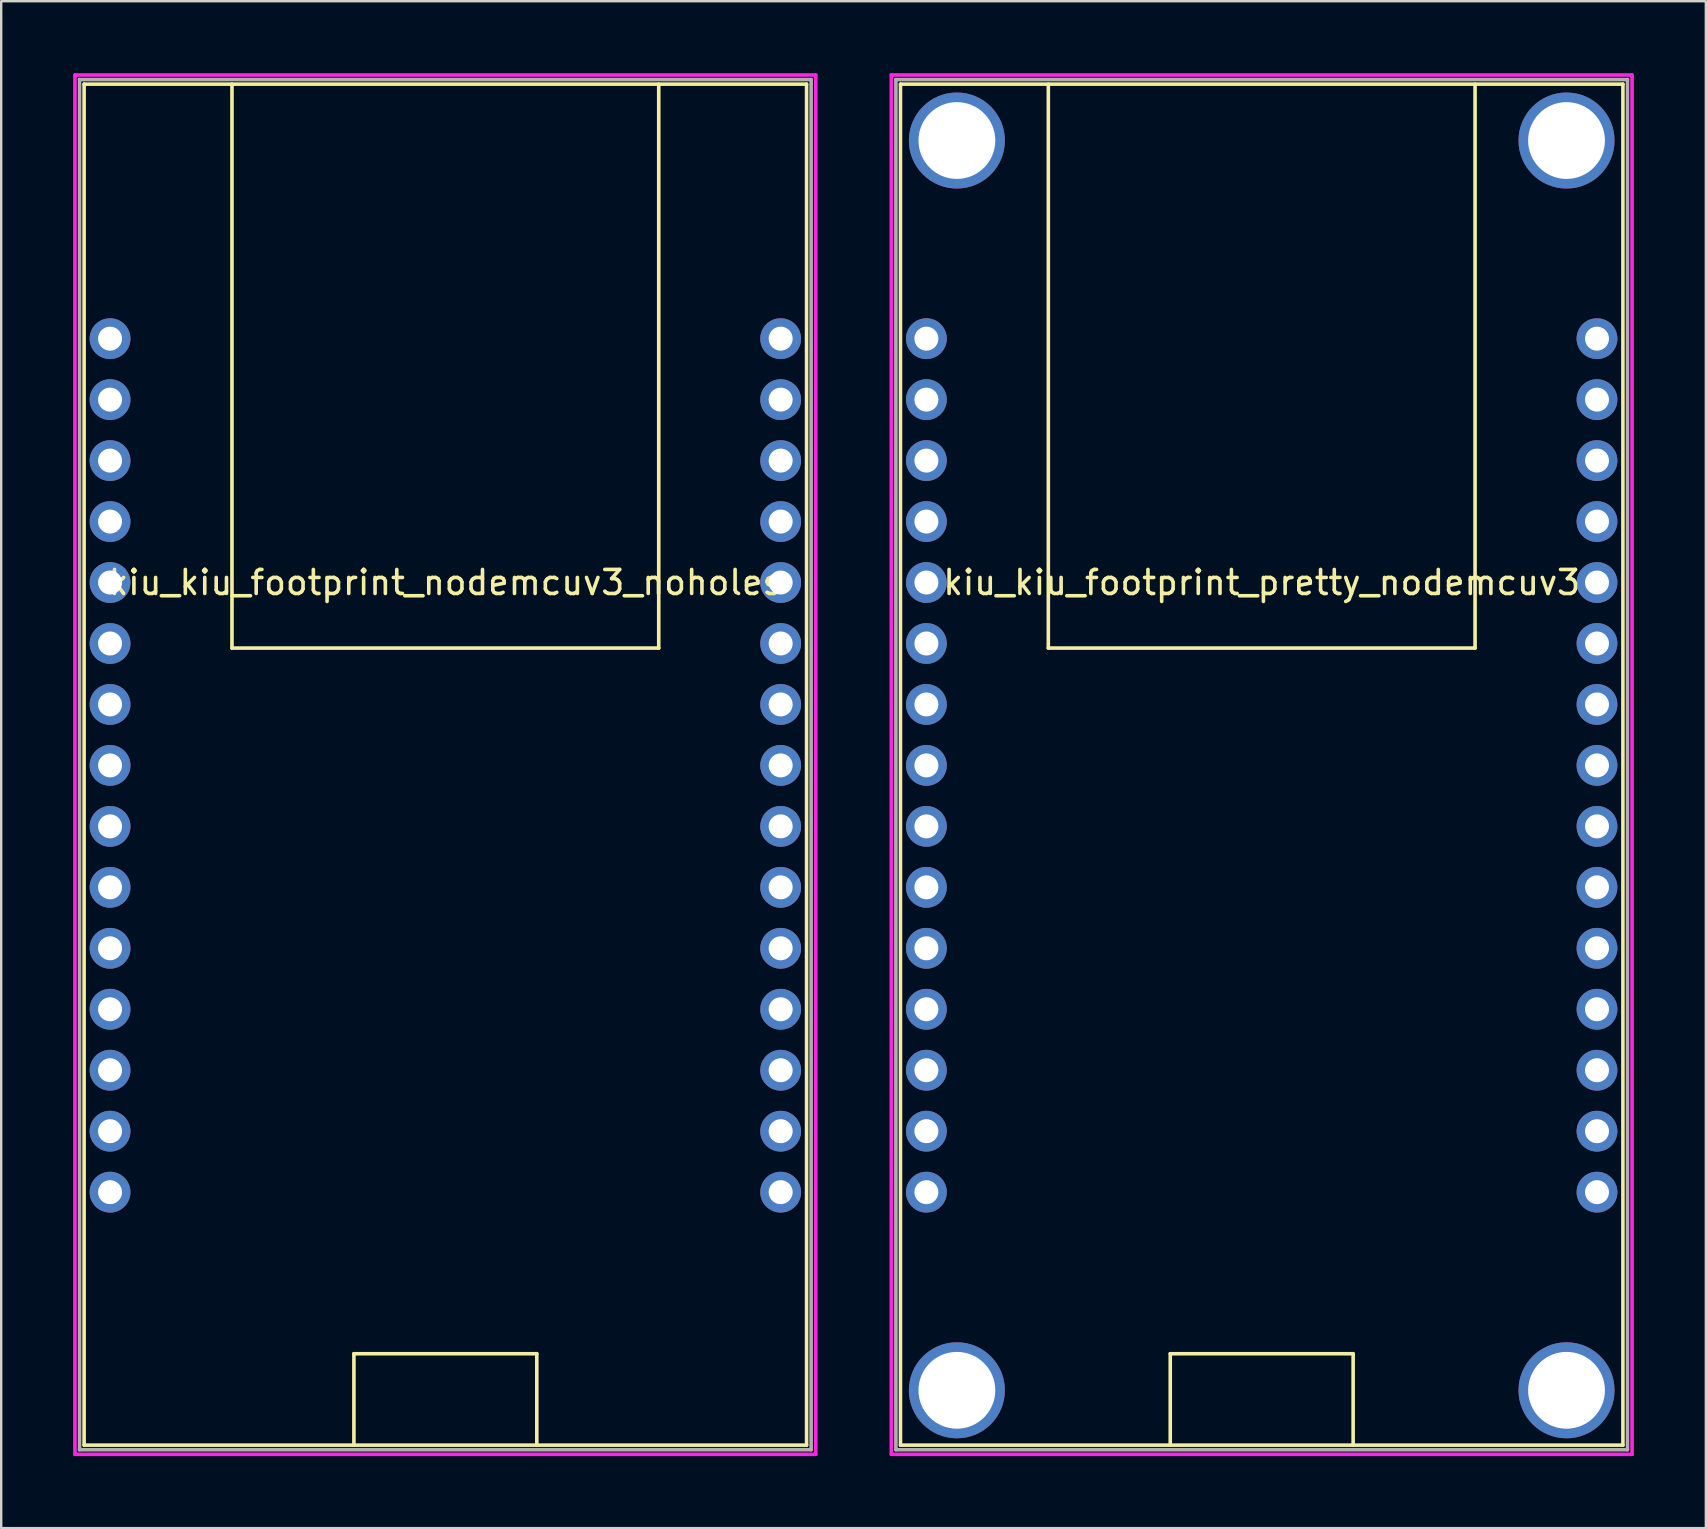
<source format=kicad_pcb>
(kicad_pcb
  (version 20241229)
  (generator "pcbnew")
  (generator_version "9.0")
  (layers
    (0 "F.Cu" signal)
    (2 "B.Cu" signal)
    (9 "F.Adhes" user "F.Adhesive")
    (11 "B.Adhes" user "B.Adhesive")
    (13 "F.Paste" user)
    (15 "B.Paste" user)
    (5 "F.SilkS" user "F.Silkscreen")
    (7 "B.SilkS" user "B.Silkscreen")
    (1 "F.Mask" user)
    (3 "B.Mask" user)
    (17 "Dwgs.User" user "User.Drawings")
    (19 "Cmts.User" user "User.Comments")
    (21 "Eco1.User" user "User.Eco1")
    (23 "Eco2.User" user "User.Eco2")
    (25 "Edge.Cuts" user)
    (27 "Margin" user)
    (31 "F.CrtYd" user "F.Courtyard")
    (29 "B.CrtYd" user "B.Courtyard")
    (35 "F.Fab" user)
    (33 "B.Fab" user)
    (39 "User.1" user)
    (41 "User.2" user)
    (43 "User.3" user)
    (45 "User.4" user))
  (footprint "kiu_kiu_footprint_pretty_nodemcuv3"
    (layer "F.Cu")
    (at 49.517 28.84)
    (property "Reference" "kiu_kiu_footprint_pretty_nodemcuv3" (at 0 -7.62 0) (layer "F.SilkS") (effects (font (size 1 1) (thickness 0.15))))
    (attr through_hole)
    (fp_line (start -15.05 -28.384) (end -15.05 28.321) (stroke (width 0.15) (type solid)) (layer "F.SilkS"))
    (fp_line (start -15.05 -28.384) (end 15.05 -28.384) (stroke (width 0.15) (type solid)) (layer "F.SilkS"))
    (fp_line (start -15.05 28.321) (end 15.05 28.321) (stroke (width 0.15) (type solid)) (layer "F.SilkS"))
    (fp_line (start -8.89 -28.384) (end -8.89 -4.889) (stroke (width 0.15) (type solid)) (layer "F.SilkS"))
    (fp_line (start -8.89 -4.889) (end 8.89 -4.889) (stroke (width 0.15) (type solid)) (layer "F.SilkS"))
    (fp_line (start -3.81 24.511) (end -3.81 28.321) (stroke (width 0.15) (type solid)) (layer "F.SilkS"))
    (fp_line (start -3.81 24.511) (end 3.81 24.511) (stroke (width 0.15) (type solid)) (layer "F.SilkS"))
    (fp_line (start 3.81 24.511) (end 3.81 28.321) (stroke (width 0.15) (type solid)) (layer "F.SilkS"))
    (fp_line (start 8.89 -4.889) (end 8.89 -28.384) (stroke (width 0.15) (type solid)) (layer "F.SilkS"))
    (fp_line (start 15.05 28.321) (end 15.05 -28.384) (stroke (width 0.15) (type solid)) (layer "F.SilkS"))
    (fp_line (start -15.431 -28.765) (end -15.431 28.702) (stroke (width 0.15) (type solid)) (layer "F.CrtYd"))
    (fp_line (start -15.431 28.702) (end 15.431 28.702) (stroke (width 0.15) (type solid)) (layer "F.CrtYd"))
    (fp_line (start 15.431 -28.765) (end -15.431 -28.765) (stroke (width 0.15) (type solid)) (layer "F.CrtYd"))
    (fp_line (start 15.431 28.702) (end 15.431 -28.765) (stroke (width 0.15) (type solid)) (layer "F.CrtYd"))
    (fp_line (start -15.24 -28.575) (end -15.24 28.512) (stroke (width 0.15) (type solid)) (layer "F.Fab"))
    (fp_line (start -15.24 28.512) (end 15.24 28.512) (stroke (width 0.15) (type solid)) (layer "F.Fab"))
    (fp_line (start 15.24 -28.575) (end -15.24 -28.575) (stroke (width 0.15) (type solid)) (layer "F.Fab"))
    (fp_line (start 15.24 28.512) (end 15.24 -28.575) (stroke (width 0.15) (type solid)) (layer "F.Fab"))
    (pad "" np_thru_hole circle (at -12.7 -26.035) (size 4 4) (drill 3.2) (layers "*.Cu" "*.Mask"))
    (pad "" np_thru_hole circle (at -12.7 26.035) (size 4 4) (drill 3.2) (layers "*.Cu" "*.Mask"))
    (pad "" np_thru_hole circle (at 12.7 -26.035) (size 4 4) (drill 3.2) (layers "*.Cu" "*.Mask"))
    (pad "" np_thru_hole circle (at 12.7 26.035) (size 4 4) (drill 3.2) (layers "*.Cu" "*.Mask"))
    (pad "1" thru_hole circle (at -13.97 -17.78) (size 1.7 1.7) (drill 1) (layers "*.Cu" "*.Mask"))
    (pad "2" thru_hole circle (at -13.97 -15.24) (size 1.7 1.7) (drill 1) (layers "*.Cu" "*.Mask"))
    (pad "3" thru_hole circle (at -13.97 -12.7) (size 1.7 1.7) (drill 1) (layers "*.Cu" "*.Mask"))
    (pad "4" thru_hole circle (at -13.97 -10.16) (size 1.7 1.7) (drill 1) (layers "*.Cu" "*.Mask"))
    (pad "5" thru_hole circle (at -13.97 -7.62) (size 1.7 1.7) (drill 1) (layers "*.Cu" "*.Mask"))
    (pad "6" thru_hole circle (at -13.97 -5.08) (size 1.7 1.7) (drill 1) (layers "*.Cu" "*.Mask"))
    (pad "7" thru_hole circle (at -13.97 -2.54) (size 1.7 1.7) (drill 1) (layers "*.Cu" "*.Mask"))
    (pad "8" thru_hole circle (at -13.97 0) (size 1.7 1.7) (drill 1) (layers "*.Cu" "*.Mask"))
    (pad "9" thru_hole circle (at -13.97 2.54) (size 1.7 1.7) (drill 1) (layers "*.Cu" "*.Mask"))
    (pad "10" thru_hole circle (at -13.97 5.08) (size 1.7 1.7) (drill 1) (layers "*.Cu" "*.Mask"))
    (pad "11" thru_hole circle (at -13.97 7.62) (size 1.7 1.7) (drill 1) (layers "*.Cu" "*.Mask"))
    (pad "12" thru_hole circle (at -13.97 10.16) (size 1.7 1.7) (drill 1) (layers "*.Cu" "*.Mask"))
    (pad "13" thru_hole circle (at -13.97 12.7) (size 1.7 1.7) (drill 1) (layers "*.Cu" "*.Mask"))
    (pad "14" thru_hole circle (at -13.97 15.24) (size 1.7 1.7) (drill 1) (layers "*.Cu" "*.Mask"))
    (pad "15" thru_hole circle (at -13.97 17.78) (size 1.7 1.7) (drill 1) (layers "*.Cu" "*.Mask"))
    (pad "16" thru_hole circle (at 13.97 17.78) (size 1.7 1.7) (drill 1) (layers "*.Cu" "*.Mask"))
    (pad "17" thru_hole circle (at 13.97 15.24) (size 1.7 1.7) (drill 1) (layers "*.Cu" "*.Mask"))
    (pad "18" thru_hole circle (at 13.97 12.7) (size 1.7 1.7) (drill 1) (layers "*.Cu" "*.Mask"))
    (pad "19" thru_hole circle (at 13.97 10.16) (size 1.7 1.7) (drill 1) (layers "*.Cu" "*.Mask"))
    (pad "20" thru_hole circle (at 13.97 7.62) (size 1.7 1.7) (drill 1) (layers "*.Cu" "*.Mask"))
    (pad "21" thru_hole circle (at 13.97 5.08) (size 1.7 1.7) (drill 1) (layers "*.Cu" "*.Mask"))
    (pad "22" thru_hole circle (at 13.97 2.54) (size 1.7 1.7) (drill 1) (layers "*.Cu" "*.Mask"))
    (pad "23" thru_hole circle (at 13.97 0) (size 1.7 1.7) (drill 1) (layers "*.Cu" "*.Mask"))
    (pad "24" thru_hole circle (at 13.97 -2.54) (size 1.7 1.7) (drill 1) (layers "*.Cu" "*.Mask"))
    (pad "25" thru_hole circle (at 13.97 -5.08) (size 1.7 1.7) (drill 1) (layers "*.Cu" "*.Mask"))
    (pad "26" thru_hole circle (at 13.97 -7.62) (size 1.7 1.7) (drill 1) (layers "*.Cu" "*.Mask"))
    (pad "27" thru_hole circle (at 13.97 -10.16) (size 1.7 1.7) (drill 1) (layers "*.Cu" "*.Mask"))
    (pad "28" thru_hole circle (at 13.97 -12.7) (size 1.7 1.7) (drill 1) (layers "*.Cu" "*.Mask"))
    (pad "29" thru_hole circle (at 13.97 -15.24) (size 1.7 1.7) (drill 1) (layers "*.Cu" "*.Mask"))
    (pad "30" thru_hole circle (at 13.97 -17.78) (size 1.7 1.7) (drill 1) (layers "*.Cu" "*.Mask")))
  (footprint "kiu_kiu_footprint_nodemcuv3_noholes"
    (layer "F.Cu")
    (at 15.505 28.84)
    (property "Reference" "kiu_kiu_footprint_nodemcuv3_noholes" (at 0 -7.62 0) (layer "F.SilkS") (effects (font (size 1 1) (thickness 0.15))))
    (attr through_hole)
    (fp_line (start -15.05 -28.384) (end -15.05 28.321) (stroke (width 0.15) (type solid)) (layer "F.SilkS"))
    (fp_line (start -15.05 -28.384) (end 15.05 -28.384) (stroke (width 0.15) (type solid)) (layer "F.SilkS"))
    (fp_line (start -15.05 28.321) (end 15.05 28.321) (stroke (width 0.15) (type solid)) (layer "F.SilkS"))
    (fp_line (start -8.89 -28.384) (end -8.89 -4.889) (stroke (width 0.15) (type solid)) (layer "F.SilkS"))
    (fp_line (start -8.89 -4.889) (end 8.89 -4.889) (stroke (width 0.15) (type solid)) (layer "F.SilkS"))
    (fp_line (start -3.81 24.511) (end -3.81 28.321) (stroke (width 0.15) (type solid)) (layer "F.SilkS"))
    (fp_line (start -3.81 24.511) (end 3.81 24.511) (stroke (width 0.15) (type solid)) (layer "F.SilkS"))
    (fp_line (start 3.81 24.511) (end 3.81 28.321) (stroke (width 0.15) (type solid)) (layer "F.SilkS"))
    (fp_line (start 8.89 -4.889) (end 8.89 -28.384) (stroke (width 0.15) (type solid)) (layer "F.SilkS"))
    (fp_line (start 15.05 28.321) (end 15.05 -28.384) (stroke (width 0.15) (type solid)) (layer "F.SilkS"))
    (fp_line (start -15.431 -28.765) (end -15.431 28.702) (stroke (width 0.15) (type solid)) (layer "F.CrtYd"))
    (fp_line (start -15.431 28.702) (end 15.431 28.702) (stroke (width 0.15) (type solid)) (layer "F.CrtYd"))
    (fp_line (start 15.431 -28.765) (end -15.431 -28.765) (stroke (width 0.15) (type solid)) (layer "F.CrtYd"))
    (fp_line (start 15.431 28.702) (end 15.431 -28.765) (stroke (width 0.15) (type solid)) (layer "F.CrtYd"))
    (fp_line (start -15.24 -28.575) (end -15.24 28.512) (stroke (width 0.15) (type solid)) (layer "F.Fab"))
    (fp_line (start -15.24 28.512) (end 15.24 28.512) (stroke (width 0.15) (type solid)) (layer "F.Fab"))
    (fp_line (start 15.24 -28.575) (end -15.24 -28.575) (stroke (width 0.15) (type solid)) (layer "F.Fab"))
    (fp_line (start 15.24 28.512) (end 15.24 -28.575) (stroke (width 0.15) (type solid)) (layer "F.Fab"))
    (pad "1" thru_hole circle (at -13.97 -17.78) (size 1.7 1.7) (drill 1) (layers "*.Cu" "*.Mask"))
    (pad "2" thru_hole circle (at -13.97 -15.24) (size 1.7 1.7) (drill 1) (layers "*.Cu" "*.Mask"))
    (pad "3" thru_hole circle (at -13.97 -12.7) (size 1.7 1.7) (drill 1) (layers "*.Cu" "*.Mask"))
    (pad "4" thru_hole circle (at -13.97 -10.16) (size 1.7 1.7) (drill 1) (layers "*.Cu" "*.Mask"))
    (pad "5" thru_hole circle (at -13.97 -7.62) (size 1.7 1.7) (drill 1) (layers "*.Cu" "*.Mask"))
    (pad "6" thru_hole circle (at -13.97 -5.08) (size 1.7 1.7) (drill 1) (layers "*.Cu" "*.Mask"))
    (pad "7" thru_hole circle (at -13.97 -2.54) (size 1.7 1.7) (drill 1) (layers "*.Cu" "*.Mask"))
    (pad "8" thru_hole circle (at -13.97 0) (size 1.7 1.7) (drill 1) (layers "*.Cu" "*.Mask"))
    (pad "9" thru_hole circle (at -13.97 2.54) (size 1.7 1.7) (drill 1) (layers "*.Cu" "*.Mask"))
    (pad "10" thru_hole circle (at -13.97 5.08) (size 1.7 1.7) (drill 1) (layers "*.Cu" "*.Mask"))
    (pad "11" thru_hole circle (at -13.97 7.62) (size 1.7 1.7) (drill 1) (layers "*.Cu" "*.Mask"))
    (pad "12" thru_hole circle (at -13.97 10.16) (size 1.7 1.7) (drill 1) (layers "*.Cu" "*.Mask"))
    (pad "13" thru_hole circle (at -13.97 12.7) (size 1.7 1.7) (drill 1) (layers "*.Cu" "*.Mask"))
    (pad "14" thru_hole circle (at -13.97 15.24) (size 1.7 1.7) (drill 1) (layers "*.Cu" "*.Mask"))
    (pad "15" thru_hole circle (at -13.97 17.78) (size 1.7 1.7) (drill 1) (layers "*.Cu" "*.Mask"))
    (pad "16" thru_hole circle (at 13.97 17.78) (size 1.7 1.7) (drill 1) (layers "*.Cu" "*.Mask"))
    (pad "17" thru_hole circle (at 13.97 15.24) (size 1.7 1.7) (drill 1) (layers "*.Cu" "*.Mask"))
    (pad "18" thru_hole circle (at 13.97 12.7) (size 1.7 1.7) (drill 1) (layers "*.Cu" "*.Mask"))
    (pad "19" thru_hole circle (at 13.97 10.16) (size 1.7 1.7) (drill 1) (layers "*.Cu" "*.Mask"))
    (pad "20" thru_hole circle (at 13.97 7.62) (size 1.7 1.7) (drill 1) (layers "*.Cu" "*.Mask"))
    (pad "21" thru_hole circle (at 13.97 5.08) (size 1.7 1.7) (drill 1) (layers "*.Cu" "*.Mask"))
    (pad "22" thru_hole circle (at 13.97 2.54) (size 1.7 1.7) (drill 1) (layers "*.Cu" "*.Mask"))
    (pad "23" thru_hole circle (at 13.97 0) (size 1.7 1.7) (drill 1) (layers "*.Cu" "*.Mask"))
    (pad "24" thru_hole circle (at 13.97 -2.54) (size 1.7 1.7) (drill 1) (layers "*.Cu" "*.Mask"))
    (pad "25" thru_hole circle (at 13.97 -5.08) (size 1.7 1.7) (drill 1) (layers "*.Cu" "*.Mask"))
    (pad "26" thru_hole circle (at 13.97 -7.62) (size 1.7 1.7) (drill 1) (layers "*.Cu" "*.Mask"))
    (pad "27" thru_hole circle (at 13.97 -10.16) (size 1.7 1.7) (drill 1) (layers "*.Cu" "*.Mask"))
    (pad "28" thru_hole circle (at 13.97 -12.7) (size 1.7 1.7) (drill 1) (layers "*.Cu" "*.Mask"))
    (pad "29" thru_hole circle (at 13.97 -15.24) (size 1.7 1.7) (drill 1) (layers "*.Cu" "*.Mask"))
    (pad "30" thru_hole circle (at 13.97 -17.78) (size 1.7 1.7) (drill 1) (layers "*.Cu" "*.Mask")))
  (gr_rect
    (start -3 -3)
    (end 68.022 60.617)
    (stroke (width 0.1) (type default))
    (fill no)
    (layer "Edge.Cuts")))
</source>
